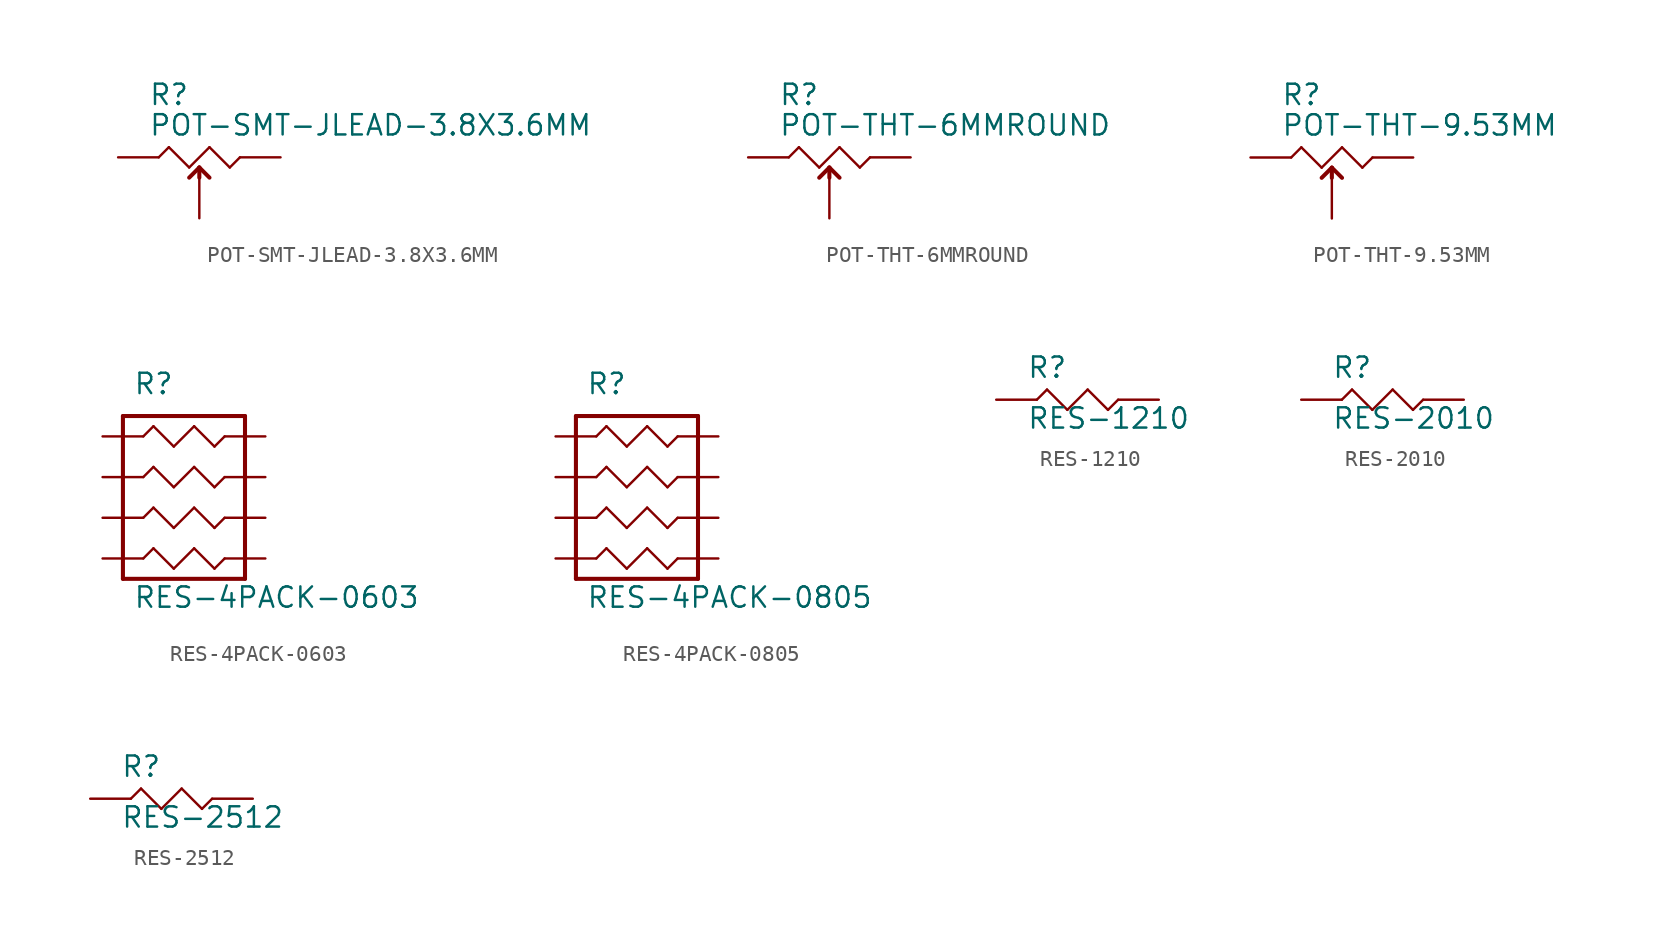
<source format=kicad_sym>
(kicad_symbol_lib
  (version 20211014)
  (generator kicad_symbol_editor)
  (symbol "POT-SMT-JLEAD-3.8X3.6MM"
    (pin_numbers hide)
    (pin_names hide)
    (property "Reference" "R"
      (at -3.175 3.175 0)
      (effects (font (size 1.27 1.27)) (justify left bottom)))
    (property "Value" "POT-SMT-JLEAD-3.8X3.6MM"
      (at -3.175 1.27 0)
      (effects (font (size 1.27 1.27)) (justify left bottom)))
    (property "Datasheet" ""
      (at 0 0 0))
    (property "ki_fp_filters" "FlashPCB_Resistors:POT-TC33"
      (at 0 0 0))
    (symbol "POT-SMT-JLEAD-3.8X3.6MM_1_1"
      (polyline (pts (xy -2.54 0) (xy -1.905 0.635)) (stroke (width 0.152)) (fill (type none)))
      (polyline (pts (xy -1.905 0.635) (xy -0.635 -0.635)) (stroke (width 0.152)) (fill (type none)))
      (polyline (pts (xy -0.635 -0.635) (xy 0.635 0.635)) (stroke (width 0.152)) (fill (type none)))
      (polyline (pts (xy 0.635 0.635) (xy 1.905 -0.635)) (stroke (width 0.152)) (fill (type none)))
      (polyline (pts (xy 1.905 -0.635) (xy 2.54 0)) (stroke (width 0.152)) (fill (type none)))
      (polyline (pts (xy 0 -1.27) (xy 0 -0.635)) (stroke (width 0.254)) (fill (type none)))
      (polyline (pts (xy 0 -0.635) (xy 0.635 -1.27)) (stroke (width 0.254)) (fill (type none)))
      (polyline (pts (xy 0 -0.635) (xy -0.635 -1.27)) (stroke (width 0.254)) (fill (type none)))
      (pin bidirectional line (at -5.08 0 0) (length 2.54) (name "1" (effects (font (size 0 0)))) (number "1" (effects (font (size 0 0)))))
      (pin bidirectional line (at 5.08 0 180) (length 2.54) (name "3" (effects (font (size 0 0)))) (number "3" (effects (font (size 0 0)))))
      (pin bidirectional line (at 0 -3.81 90) (length 2.54) (name "OUT" (effects (font (size 0 0)))) (number "2" (effects (font (size 0 0)))))))
  (symbol "POT-THT-6MMROUND"
    (pin_numbers hide)
    (pin_names hide)
    (property "Reference" "R"
      (at -3.175 3.175 0)
      (effects (font (size 1.27 1.27)) (justify left bottom)))
    (property "Value" "POT-THT-6MMROUND"
      (at -3.175 1.27 0)
      (effects (font (size 1.27 1.27)) (justify left bottom)))
    (property "Datasheet" ""
      (at 0 0 0))
    (property "ki_fp_filters" "FlashPCB_Resistors:POT-3306F FlashPCB_Resistors:POT-3306K FlashPCB_Resistors:POT-3306P FlashPCB_Resistors:POT-3306W"
      (at 0 0 0))
    (symbol "POT-THT-6MMROUND_1_1"
      (polyline (pts (xy -2.54 0) (xy -1.905 0.635)) (stroke (width 0.152)) (fill (type none)))
      (polyline (pts (xy -1.905 0.635) (xy -0.635 -0.635)) (stroke (width 0.152)) (fill (type none)))
      (polyline (pts (xy -0.635 -0.635) (xy 0.635 0.635)) (stroke (width 0.152)) (fill (type none)))
      (polyline (pts (xy 0.635 0.635) (xy 1.905 -0.635)) (stroke (width 0.152)) (fill (type none)))
      (polyline (pts (xy 1.905 -0.635) (xy 2.54 0)) (stroke (width 0.152)) (fill (type none)))
      (polyline (pts (xy 0 -1.27) (xy 0 -0.635)) (stroke (width 0.254)) (fill (type none)))
      (polyline (pts (xy 0 -0.635) (xy 0.635 -1.27)) (stroke (width 0.254)) (fill (type none)))
      (polyline (pts (xy 0 -0.635) (xy -0.635 -1.27)) (stroke (width 0.254)) (fill (type none)))
      (pin bidirectional line (at -5.08 0 0) (length 2.54) (name "1" (effects (font (size 0 0)))) (number "1" (effects (font (size 0 0)))))
      (pin bidirectional line (at 5.08 0 180) (length 2.54) (name "3" (effects (font (size 0 0)))) (number "3" (effects (font (size 0 0)))))
      (pin bidirectional line (at 0 -3.81 90) (length 2.54) (name "OUT" (effects (font (size 0 0)))) (number "2" (effects (font (size 0 0)))))))
  (symbol "POT-THT-9.53MM"
    (pin_numbers hide)
    (pin_names hide)
    (property "Reference" "R"
      (at -3.175 3.175 0)
      (effects (font (size 1.27 1.27)) (justify left bottom)))
    (property "Value" "POT-THT-9.53MM"
      (at -3.175 1.27 0)
      (effects (font (size 1.27 1.27)) (justify left bottom)))
    (property "Datasheet" ""
      (at 0 0 0))
    (property "ki_fp_filters" "FlashPCB_Resistors:POT-3299P FlashPCB_Resistors:POT-3299W FlashPCB_Resistors:POT-3299X FlashPCB_Resistors:POT-3299Y FlashPCB_Resistors:POT-3299Z"
      (at 0 0 0))
    (symbol "POT-THT-9.53MM_1_1"
      (polyline (pts (xy -2.54 0) (xy -1.905 0.635)) (stroke (width 0.152)) (fill (type none)))
      (polyline (pts (xy -1.905 0.635) (xy -0.635 -0.635)) (stroke (width 0.152)) (fill (type none)))
      (polyline (pts (xy -0.635 -0.635) (xy 0.635 0.635)) (stroke (width 0.152)) (fill (type none)))
      (polyline (pts (xy 0.635 0.635) (xy 1.905 -0.635)) (stroke (width 0.152)) (fill (type none)))
      (polyline (pts (xy 1.905 -0.635) (xy 2.54 0)) (stroke (width 0.152)) (fill (type none)))
      (polyline (pts (xy 0 -1.27) (xy 0 -0.635)) (stroke (width 0.254)) (fill (type none)))
      (polyline (pts (xy 0 -0.635) (xy 0.635 -1.27)) (stroke (width 0.254)) (fill (type none)))
      (polyline (pts (xy 0 -0.635) (xy -0.635 -1.27)) (stroke (width 0.254)) (fill (type none)))
      (pin bidirectional line (at -5.08 0 0) (length 2.54) (name "1" (effects (font (size 0 0)))) (number "1" (effects (font (size 0 0)))))
      (pin bidirectional line (at 5.08 0 180) (length 2.54) (name "3" (effects (font (size 0 0)))) (number "3" (effects (font (size 0 0)))))
      (pin bidirectional line (at 0 -3.81 90) (length 2.54) (name "OUT" (effects (font (size 0 0)))) (number "2" (effects (font (size 0 0)))))))
  (symbol "RES-4PACK-0603"
    (pin_numbers hide)
    (pin_names hide)
    (property "Reference" "R"
      (at -3.175 2.54 0)
      (effects (font (size 1.27 1.27)) (justify left bottom)))
    (property "Value" "RES-4PACK-0603"
      (at -3.175 -10.795 0)
      (effects (font (size 1.27 1.27)) (justify left bottom)))
    (property "Datasheet" ""
      (at 0 0 0))
    (property "ki_fp_filters" "FlashPCB_Resistors:RES-4PACK-0603"
      (at 0 0 0))
    (symbol "RES-4PACK-0603_1_1"
      (polyline (pts (xy -2.54 0) (xy -1.905 0.635)) (stroke (width 0.152)) (fill (type none)))
      (polyline (pts (xy -1.905 0.635) (xy -0.635 -0.635)) (stroke (width 0.152)) (fill (type none)))
      (polyline (pts (xy -0.635 -0.635) (xy 0.635 0.635)) (stroke (width 0.152)) (fill (type none)))
      (polyline (pts (xy 0.635 0.635) (xy 1.905 -0.635)) (stroke (width 0.152)) (fill (type none)))
      (polyline (pts (xy 1.905 -0.635) (xy 2.54 0)) (stroke (width 0.152)) (fill (type none)))
      (polyline (pts (xy -2.54 -2.54) (xy -1.905 -1.905)) (stroke (width 0.152)) (fill (type none)))
      (polyline (pts (xy -1.905 -1.905) (xy -0.635 -3.175)) (stroke (width 0.152)) (fill (type none)))
      (polyline (pts (xy -0.635 -3.175) (xy 0.635 -1.905)) (stroke (width 0.152)) (fill (type none)))
      (polyline (pts (xy 0.635 -1.905) (xy 1.905 -3.175)) (stroke (width 0.152)) (fill (type none)))
      (polyline (pts (xy 1.905 -3.175) (xy 2.54 -2.54)) (stroke (width 0.152)) (fill (type none)))
      (polyline (pts (xy -2.54 -5.08) (xy -1.905 -4.445)) (stroke (width 0.152)) (fill (type none)))
      (polyline (pts (xy -1.905 -4.445) (xy -0.635 -5.715)) (stroke (width 0.152)) (fill (type none)))
      (polyline (pts (xy -0.635 -5.715) (xy 0.635 -4.445)) (stroke (width 0.152)) (fill (type none)))
      (polyline (pts (xy 0.635 -4.445) (xy 1.905 -5.715)) (stroke (width 0.152)) (fill (type none)))
      (polyline (pts (xy 1.905 -5.715) (xy 2.54 -5.08)) (stroke (width 0.152)) (fill (type none)))
      (polyline (pts (xy -2.54 -7.62) (xy -1.905 -6.985)) (stroke (width 0.152)) (fill (type none)))
      (polyline (pts (xy -1.905 -6.985) (xy -0.635 -8.255)) (stroke (width 0.152)) (fill (type none)))
      (polyline (pts (xy -0.635 -8.255) (xy 0.635 -6.985)) (stroke (width 0.152)) (fill (type none)))
      (polyline (pts (xy 0.635 -6.985) (xy 1.905 -8.255)) (stroke (width 0.152)) (fill (type none)))
      (polyline (pts (xy 1.905 -8.255) (xy 2.54 -7.62)) (stroke (width 0.152)) (fill (type none)))
      (polyline (pts (xy -3.81 1.27) (xy 3.81 1.27)) (stroke (width 0.254)) (fill (type none)))
      (polyline (pts (xy 3.81 1.27) (xy 3.81 -8.89)) (stroke (width 0.254)) (fill (type none)))
      (polyline (pts (xy 3.81 -8.89) (xy -3.81 -8.89)) (stroke (width 0.254)) (fill (type none)))
      (polyline (pts (xy -3.81 -8.89) (xy -3.81 1.27)) (stroke (width 0.254)) (fill (type none)))
      (pin bidirectional line (at -5.08 0 0) (length 2.54) (name "1" (effects (font (size 0 0)))) (number "1" (effects (font (size 0 0)))))
      (pin bidirectional line (at 5.08 0 180) (length 2.54) (name "2" (effects (font (size 0 0)))) (number "2" (effects (font (size 0 0)))))
      (pin bidirectional line (at -5.08 -2.54 0) (length 2.54) (name "3" (effects (font (size 0 0)))) (number "3" (effects (font (size 0 0)))))
      (pin bidirectional line (at 5.08 -2.54 180) (length 2.54) (name "4" (effects (font (size 0 0)))) (number "4" (effects (font (size 0 0)))))
      (pin bidirectional line (at -5.08 -5.08 0) (length 2.54) (name "5" (effects (font (size 0 0)))) (number "5" (effects (font (size 0 0)))))
      (pin bidirectional line (at 5.08 -5.08 180) (length 2.54) (name "6" (effects (font (size 0 0)))) (number "6" (effects (font (size 0 0)))))
      (pin bidirectional line (at -5.08 -7.62 0) (length 2.54) (name "7" (effects (font (size 0 0)))) (number "7" (effects (font (size 0 0)))))
      (pin bidirectional line (at 5.08 -7.62 180) (length 2.54) (name "8" (effects (font (size 0 0)))) (number "8" (effects (font (size 0 0)))))))
  (symbol "RES-4PACK-0805"
    (pin_numbers hide)
    (pin_names hide)
    (property "Reference" "R"
      (at -3.175 2.54 0)
      (effects (font (size 1.27 1.27)) (justify left bottom)))
    (property "Value" "RES-4PACK-0805"
      (at -3.175 -10.795 0)
      (effects (font (size 1.27 1.27)) (justify left bottom)))
    (property "Datasheet" ""
      (at 0 0 0))
    (property "ki_fp_filters" "FlashPCB_Resistors:RES-4PACK-0805"
      (at 0 0 0))
    (symbol "RES-4PACK-0805_1_1"
      (polyline (pts (xy -2.54 0) (xy -1.905 0.635)) (stroke (width 0.152)) (fill (type none)))
      (polyline (pts (xy -1.905 0.635) (xy -0.635 -0.635)) (stroke (width 0.152)) (fill (type none)))
      (polyline (pts (xy -0.635 -0.635) (xy 0.635 0.635)) (stroke (width 0.152)) (fill (type none)))
      (polyline (pts (xy 0.635 0.635) (xy 1.905 -0.635)) (stroke (width 0.152)) (fill (type none)))
      (polyline (pts (xy 1.905 -0.635) (xy 2.54 0)) (stroke (width 0.152)) (fill (type none)))
      (polyline (pts (xy -2.54 -2.54) (xy -1.905 -1.905)) (stroke (width 0.152)) (fill (type none)))
      (polyline (pts (xy -1.905 -1.905) (xy -0.635 -3.175)) (stroke (width 0.152)) (fill (type none)))
      (polyline (pts (xy -0.635 -3.175) (xy 0.635 -1.905)) (stroke (width 0.152)) (fill (type none)))
      (polyline (pts (xy 0.635 -1.905) (xy 1.905 -3.175)) (stroke (width 0.152)) (fill (type none)))
      (polyline (pts (xy 1.905 -3.175) (xy 2.54 -2.54)) (stroke (width 0.152)) (fill (type none)))
      (polyline (pts (xy -2.54 -5.08) (xy -1.905 -4.445)) (stroke (width 0.152)) (fill (type none)))
      (polyline (pts (xy -1.905 -4.445) (xy -0.635 -5.715)) (stroke (width 0.152)) (fill (type none)))
      (polyline (pts (xy -0.635 -5.715) (xy 0.635 -4.445)) (stroke (width 0.152)) (fill (type none)))
      (polyline (pts (xy 0.635 -4.445) (xy 1.905 -5.715)) (stroke (width 0.152)) (fill (type none)))
      (polyline (pts (xy 1.905 -5.715) (xy 2.54 -5.08)) (stroke (width 0.152)) (fill (type none)))
      (polyline (pts (xy -2.54 -7.62) (xy -1.905 -6.985)) (stroke (width 0.152)) (fill (type none)))
      (polyline (pts (xy -1.905 -6.985) (xy -0.635 -8.255)) (stroke (width 0.152)) (fill (type none)))
      (polyline (pts (xy -0.635 -8.255) (xy 0.635 -6.985)) (stroke (width 0.152)) (fill (type none)))
      (polyline (pts (xy 0.635 -6.985) (xy 1.905 -8.255)) (stroke (width 0.152)) (fill (type none)))
      (polyline (pts (xy 1.905 -8.255) (xy 2.54 -7.62)) (stroke (width 0.152)) (fill (type none)))
      (polyline (pts (xy -3.81 1.27) (xy 3.81 1.27)) (stroke (width 0.254)) (fill (type none)))
      (polyline (pts (xy 3.81 1.27) (xy 3.81 -8.89)) (stroke (width 0.254)) (fill (type none)))
      (polyline (pts (xy 3.81 -8.89) (xy -3.81 -8.89)) (stroke (width 0.254)) (fill (type none)))
      (polyline (pts (xy -3.81 -8.89) (xy -3.81 1.27)) (stroke (width 0.254)) (fill (type none)))
      (pin bidirectional line (at -5.08 0 0) (length 2.54) (name "1" (effects (font (size 0 0)))) (number "1" (effects (font (size 0 0)))))
      (pin bidirectional line (at 5.08 0 180) (length 2.54) (name "2" (effects (font (size 0 0)))) (number "2" (effects (font (size 0 0)))))
      (pin bidirectional line (at -5.08 -2.54 0) (length 2.54) (name "3" (effects (font (size 0 0)))) (number "3" (effects (font (size 0 0)))))
      (pin bidirectional line (at 5.08 -2.54 180) (length 2.54) (name "4" (effects (font (size 0 0)))) (number "4" (effects (font (size 0 0)))))
      (pin bidirectional line (at -5.08 -5.08 0) (length 2.54) (name "5" (effects (font (size 0 0)))) (number "5" (effects (font (size 0 0)))))
      (pin bidirectional line (at 5.08 -5.08 180) (length 2.54) (name "6" (effects (font (size 0 0)))) (number "6" (effects (font (size 0 0)))))
      (pin bidirectional line (at -5.08 -7.62 0) (length 2.54) (name "7" (effects (font (size 0 0)))) (number "7" (effects (font (size 0 0)))))
      (pin bidirectional line (at 5.08 -7.62 180) (length 2.54) (name "8" (effects (font (size 0 0)))) (number "8" (effects (font (size 0 0)))))))
  (symbol "RES-1210"
    (pin_numbers hide)
    (pin_names hide)
    (property "Reference" "R"
      (at -3.175 1.27 0)
      (effects (font (size 1.27 1.27)) (justify left bottom)))
    (property "Value" "RES-1210"
      (at -3.175 -1.905 0)
      (effects (font (size 1.27 1.27)) (justify left bottom)))
    (property "Datasheet" ""
      (at 0 0 0))
    (property "ki_description" "https://www.digikey.com/en/products/filter/chip-resistor-surface-mount/52?s=N4IgjCBcpgbFoDGUBmBDANgZwKYBoQB7KAbRAGYBOAJgBZ4BdAgBwBcoQBlVgJwEsAdgHMQAX1EFqpEDxxY%2BWVoR4gGooA "
      (at 0 0 0))
    (property "ki_fp_filters" "FlashPCB_Resistors:RES-1210"
      (at 0 0 0))
    (symbol "RES-1210_1_1"
      (polyline (pts (xy -2.54 0) (xy -1.905 0.635)) (stroke (width 0.152)) (fill (type none)))
      (polyline (pts (xy -1.905 0.635) (xy -0.635 -0.635)) (stroke (width 0.152)) (fill (type none)))
      (polyline (pts (xy -0.635 -0.635) (xy 0.635 0.635)) (stroke (width 0.152)) (fill (type none)))
      (polyline (pts (xy 0.635 0.635) (xy 1.905 -0.635)) (stroke (width 0.152)) (fill (type none)))
      (polyline (pts (xy 1.905 -0.635) (xy 2.54 0)) (stroke (width 0.152)) (fill (type none)))
      (pin bidirectional line (at -5.08 0 0) (length 2.54) (name "1" (effects (font (size 0 0)))) (number "1" (effects (font (size 0 0)))))
      (pin bidirectional line (at 5.08 0 180) (length 2.54) (name "2" (effects (font (size 0 0)))) (number "2" (effects (font (size 0 0)))))))
  (symbol "RES-2010"
    (pin_numbers hide)
    (pin_names hide)
    (property "Reference" "R"
      (at -3.175 1.27 0)
      (effects (font (size 1.27 1.27)) (justify left bottom)))
    (property "Value" "RES-2010"
      (at -3.175 -1.905 0)
      (effects (font (size 1.27 1.27)) (justify left bottom)))
    (property "Datasheet" ""
      (at 0 0 0))
    (property "ki_description" "https://www.digikey.com/en/products/filter/chip-resistor-surface-mount/52?s=N4IgjCBcpgbFoDGUBmBDANgZwKYBoQB7KAbRAGYBOAJgBZ4BdAgBwBcoQBlVgJwEsAdgHMQAX1EFqpEDxxY%2BWVoR4gGooA "
      (at 0 0 0))
    (property "ki_fp_filters" "FlashPCB_Resistors:RES-2010"
      (at 0 0 0))
    (symbol "RES-2010_1_1"
      (polyline (pts (xy -2.54 0) (xy -1.905 0.635)) (stroke (width 0.152)) (fill (type none)))
      (polyline (pts (xy -1.905 0.635) (xy -0.635 -0.635)) (stroke (width 0.152)) (fill (type none)))
      (polyline (pts (xy -0.635 -0.635) (xy 0.635 0.635)) (stroke (width 0.152)) (fill (type none)))
      (polyline (pts (xy 0.635 0.635) (xy 1.905 -0.635)) (stroke (width 0.152)) (fill (type none)))
      (polyline (pts (xy 1.905 -0.635) (xy 2.54 0)) (stroke (width 0.152)) (fill (type none)))
      (pin bidirectional line (at -5.08 0 0) (length 2.54) (name "1" (effects (font (size 0 0)))) (number "1" (effects (font (size 0 0)))))
      (pin bidirectional line (at 5.08 0 180) (length 2.54) (name "2" (effects (font (size 0 0)))) (number "2" (effects (font (size 0 0)))))))
  (symbol "RES-2512"
    (pin_numbers hide)
    (pin_names hide)
    (property "Reference" "R"
      (at -3.175 1.27 0)
      (effects (font (size 1.27 1.27)) (justify left bottom)))
    (property "Value" "RES-2512"
      (at -3.175 -1.905 0)
      (effects (font (size 1.27 1.27)) (justify left bottom)))
    (property "Datasheet" ""
      (at 0 0 0))
    (property "ki_description" "https://www.digikey.com/en/products/filter/chip-resistor-surface-mount/52?s=N4IgjCBcpgbFoDGUBmBDANgZwKYBoQB7KAbRAGYBOAJgBZ4BdAgBwBcoQBlVgJwEsAdgHMQAX1EFqpEDxxY%2BWVoR4gGooA "
      (at 0 0 0))
    (property "ki_fp_filters" "FlashPCB_Resistors:RES-2512"
      (at 0 0 0))
    (symbol "RES-2512_1_1"
      (polyline (pts (xy -2.54 0) (xy -1.905 0.635)) (stroke (width 0.152)) (fill (type none)))
      (polyline (pts (xy -1.905 0.635) (xy -0.635 -0.635)) (stroke (width 0.152)) (fill (type none)))
      (polyline (pts (xy -0.635 -0.635) (xy 0.635 0.635)) (stroke (width 0.152)) (fill (type none)))
      (polyline (pts (xy 0.635 0.635) (xy 1.905 -0.635)) (stroke (width 0.152)) (fill (type none)))
      (polyline (pts (xy 1.905 -0.635) (xy 2.54 0)) (stroke (width 0.152)) (fill (type none)))
      (pin bidirectional line (at -5.08 0 0) (length 2.54) (name "1" (effects (font (size 0 0)))) (number "1" (effects (font (size 0 0)))))
      (pin bidirectional line (at 5.08 0 180) (length 2.54) (name "2" (effects (font (size 0 0)))) (number "2" (effects (font (size 0 0))))))))
</source>
